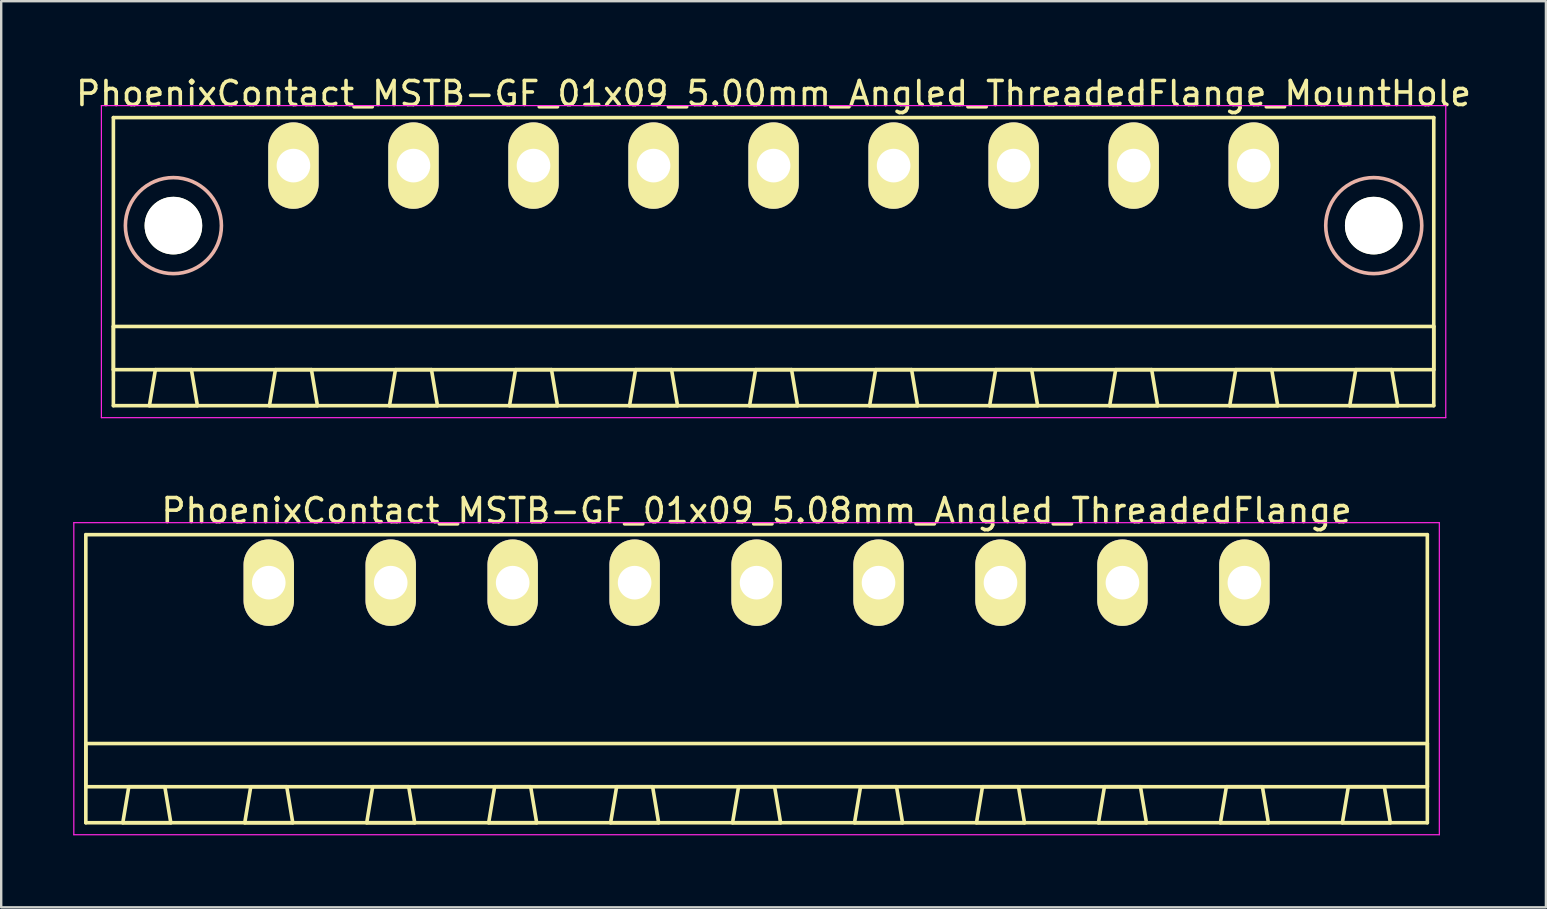
<source format=kicad_pcb>
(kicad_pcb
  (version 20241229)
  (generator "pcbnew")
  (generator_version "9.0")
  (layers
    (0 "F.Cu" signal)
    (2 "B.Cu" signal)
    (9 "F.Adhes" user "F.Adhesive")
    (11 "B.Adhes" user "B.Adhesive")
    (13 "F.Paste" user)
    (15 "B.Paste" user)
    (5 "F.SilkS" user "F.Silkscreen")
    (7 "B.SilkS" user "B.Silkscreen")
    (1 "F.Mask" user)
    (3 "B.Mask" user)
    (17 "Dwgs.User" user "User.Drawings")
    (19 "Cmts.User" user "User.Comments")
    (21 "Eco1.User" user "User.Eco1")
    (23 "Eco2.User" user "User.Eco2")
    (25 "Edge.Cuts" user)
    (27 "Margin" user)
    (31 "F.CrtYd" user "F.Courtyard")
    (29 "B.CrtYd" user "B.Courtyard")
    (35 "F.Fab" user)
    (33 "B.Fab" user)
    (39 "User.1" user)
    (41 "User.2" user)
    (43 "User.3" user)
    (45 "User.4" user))
  (footprint "PhoenixContact_MSTB-GF_01x09_5.08mm_Angled_ThreadedFlange"
    (layer "F.Cu")
    (at 8.145 21.221)
    (property "Reference" "PhoenixContact_MSTB-GF_01x09_5.08mm_Angled_ThreadedFlange" (at 20.32 -3 0) (layer "F.SilkS") (effects (font (size 1 1) (thickness 0.15))))
    (attr through_hole)
    (fp_line (start -7.62 -2) (end -7.62 10) (stroke (width 0.15) (type solid)) (layer "F.SilkS"))
    (fp_line (start -7.62 6.7) (end 48.26 6.7) (stroke (width 0.15) (type solid)) (layer "F.SilkS"))
    (fp_line (start -7.62 8.5) (end -7.62 6.7) (stroke (width 0.15) (type solid)) (layer "F.SilkS"))
    (fp_line (start -7.62 10) (end 48.26 10) (stroke (width 0.15) (type solid)) (layer "F.SilkS"))
    (fp_line (start -6.08 10) (end -4.08 10) (stroke (width 0.15) (type solid)) (layer "F.SilkS"))
    (fp_line (start -5.83 8.5) (end -6.08 10) (stroke (width 0.15) (type solid)) (layer "F.SilkS"))
    (fp_line (start -4.33 8.5) (end -5.83 8.5) (stroke (width 0.15) (type solid)) (layer "F.SilkS"))
    (fp_line (start -4.08 10) (end -4.33 8.5) (stroke (width 0.15) (type solid)) (layer "F.SilkS"))
    (fp_line (start -1 10) (end 1 10) (stroke (width 0.15) (type solid)) (layer "F.SilkS"))
    (fp_line (start -0.75 8.5) (end -1 10) (stroke (width 0.15) (type solid)) (layer "F.SilkS"))
    (fp_line (start 0.75 8.5) (end -0.75 8.5) (stroke (width 0.15) (type solid)) (layer "F.SilkS"))
    (fp_line (start 1 10) (end 0.75 8.5) (stroke (width 0.15) (type solid)) (layer "F.SilkS"))
    (fp_line (start 4.08 10) (end 6.08 10) (stroke (width 0.15) (type solid)) (layer "F.SilkS"))
    (fp_line (start 4.33 8.5) (end 4.08 10) (stroke (width 0.15) (type solid)) (layer "F.SilkS"))
    (fp_line (start 5.83 8.5) (end 4.33 8.5) (stroke (width 0.15) (type solid)) (layer "F.SilkS"))
    (fp_line (start 6.08 10) (end 5.83 8.5) (stroke (width 0.15) (type solid)) (layer "F.SilkS"))
    (fp_line (start 9.16 10) (end 11.16 10) (stroke (width 0.15) (type solid)) (layer "F.SilkS"))
    (fp_line (start 9.41 8.5) (end 9.16 10) (stroke (width 0.15) (type solid)) (layer "F.SilkS"))
    (fp_line (start 10.91 8.5) (end 9.41 8.5) (stroke (width 0.15) (type solid)) (layer "F.SilkS"))
    (fp_line (start 11.16 10) (end 10.91 8.5) (stroke (width 0.15) (type solid)) (layer "F.SilkS"))
    (fp_line (start 14.24 10) (end 16.24 10) (stroke (width 0.15) (type solid)) (layer "F.SilkS"))
    (fp_line (start 14.49 8.5) (end 14.24 10) (stroke (width 0.15) (type solid)) (layer "F.SilkS"))
    (fp_line (start 15.99 8.5) (end 14.49 8.5) (stroke (width 0.15) (type solid)) (layer "F.SilkS"))
    (fp_line (start 16.24 10) (end 15.99 8.5) (stroke (width 0.15) (type solid)) (layer "F.SilkS"))
    (fp_line (start 19.32 10) (end 21.32 10) (stroke (width 0.15) (type solid)) (layer "F.SilkS"))
    (fp_line (start 19.57 8.5) (end 19.32 10) (stroke (width 0.15) (type solid)) (layer "F.SilkS"))
    (fp_line (start 21.07 8.5) (end 19.57 8.5) (stroke (width 0.15) (type solid)) (layer "F.SilkS"))
    (fp_line (start 21.32 10) (end 21.07 8.5) (stroke (width 0.15) (type solid)) (layer "F.SilkS"))
    (fp_line (start 24.4 10) (end 26.4 10) (stroke (width 0.15) (type solid)) (layer "F.SilkS"))
    (fp_line (start 24.65 8.5) (end 24.4 10) (stroke (width 0.15) (type solid)) (layer "F.SilkS"))
    (fp_line (start 26.15 8.5) (end 24.65 8.5) (stroke (width 0.15) (type solid)) (layer "F.SilkS"))
    (fp_line (start 26.4 10) (end 26.15 8.5) (stroke (width 0.15) (type solid)) (layer "F.SilkS"))
    (fp_line (start 29.48 10) (end 31.48 10) (stroke (width 0.15) (type solid)) (layer "F.SilkS"))
    (fp_line (start 29.73 8.5) (end 29.48 10) (stroke (width 0.15) (type solid)) (layer "F.SilkS"))
    (fp_line (start 31.23 8.5) (end 29.73 8.5) (stroke (width 0.15) (type solid)) (layer "F.SilkS"))
    (fp_line (start 31.48 10) (end 31.23 8.5) (stroke (width 0.15) (type solid)) (layer "F.SilkS"))
    (fp_line (start 34.56 10) (end 36.56 10) (stroke (width 0.15) (type solid)) (layer "F.SilkS"))
    (fp_line (start 34.81 8.5) (end 34.56 10) (stroke (width 0.15) (type solid)) (layer "F.SilkS"))
    (fp_line (start 36.31 8.5) (end 34.81 8.5) (stroke (width 0.15) (type solid)) (layer "F.SilkS"))
    (fp_line (start 36.56 10) (end 36.31 8.5) (stroke (width 0.15) (type solid)) (layer "F.SilkS"))
    (fp_line (start 39.64 10) (end 41.64 10) (stroke (width 0.15) (type solid)) (layer "F.SilkS"))
    (fp_line (start 39.89 8.5) (end 39.64 10) (stroke (width 0.15) (type solid)) (layer "F.SilkS"))
    (fp_line (start 41.39 8.5) (end 39.89 8.5) (stroke (width 0.15) (type solid)) (layer "F.SilkS"))
    (fp_line (start 41.64 10) (end 41.39 8.5) (stroke (width 0.15) (type solid)) (layer "F.SilkS"))
    (fp_line (start 44.72 10) (end 46.72 10) (stroke (width 0.15) (type solid)) (layer "F.SilkS"))
    (fp_line (start 44.97 8.5) (end 44.72 10) (stroke (width 0.15) (type solid)) (layer "F.SilkS"))
    (fp_line (start 46.47 8.5) (end 44.97 8.5) (stroke (width 0.15) (type solid)) (layer "F.SilkS"))
    (fp_line (start 46.72 10) (end 46.47 8.5) (stroke (width 0.15) (type solid)) (layer "F.SilkS"))
    (fp_line (start 48.26 -2) (end -7.62 -2) (stroke (width 0.15) (type solid)) (layer "F.SilkS"))
    (fp_line (start 48.26 6.7) (end 48.26 8.5) (stroke (width 0.15) (type solid)) (layer "F.SilkS"))
    (fp_line (start 48.26 8.5) (end -7.62 8.5) (stroke (width 0.15) (type solid)) (layer "F.SilkS"))
    (fp_line (start 48.26 10) (end 48.26 -2) (stroke (width 0.15) (type solid)) (layer "F.SilkS"))
    (fp_line (start -8.12 -2.5) (end -8.12 10.5) (stroke (width 0.05) (type solid)) (layer "F.CrtYd"))
    (fp_line (start -8.12 10.5) (end 48.76 10.5) (stroke (width 0.05) (type solid)) (layer "F.CrtYd"))
    (fp_line (start 48.76 -2.5) (end -8.12 -2.5) (stroke (width 0.05) (type solid)) (layer "F.CrtYd"))
    (fp_line (start 48.76 10.5) (end 48.76 -2.5) (stroke (width 0.05) (type solid)) (layer "F.CrtYd"))
    (pad "1" thru_hole oval (at 0 0) (size 2.1 3.6) (drill 1.4) (layers "*.Cu" "*.Mask" "F.SilkS"))
    (pad "2" thru_hole oval (at 5.08 0) (size 2.1 3.6) (drill 1.4) (layers "*.Cu" "*.Mask" "F.SilkS"))
    (pad "3" thru_hole oval (at 10.16 0) (size 2.1 3.6) (drill 1.4) (layers "*.Cu" "*.Mask" "F.SilkS"))
    (pad "4" thru_hole oval (at 15.24 0) (size 2.1 3.6) (drill 1.4) (layers "*.Cu" "*.Mask" "F.SilkS"))
    (pad "5" thru_hole oval (at 20.32 0) (size 2.1 3.6) (drill 1.4) (layers "*.Cu" "*.Mask" "F.SilkS"))
    (pad "6" thru_hole oval (at 25.4 0) (size 2.1 3.6) (drill 1.4) (layers "*.Cu" "*.Mask" "F.SilkS"))
    (pad "7" thru_hole oval (at 30.48 0) (size 2.1 3.6) (drill 1.4) (layers "*.Cu" "*.Mask" "F.SilkS"))
    (pad "8" thru_hole oval (at 35.56 0) (size 2.1 3.6) (drill 1.4) (layers "*.Cu" "*.Mask" "F.SilkS"))
    (pad "9" thru_hole oval (at 40.64 0) (size 2.1 3.6) (drill 1.4) (layers "*.Cu" "*.Mask" "F.SilkS")))
  (footprint "PhoenixContact_MSTB-GF_01x09_5.00mm_Angled_ThreadedFlange_MountHole"
    (layer "F.Cu")
    (at 9.173 3.848)
    (property "Reference" "PhoenixContact_MSTB-GF_01x09_5.00mm_Angled_ThreadedFlange_MountHole" (at 20 -3 0) (layer "F.SilkS") (effects (font (size 1 1) (thickness 0.15))))
    (attr through_hole)
    (fp_line (start -7.5 -2) (end -7.5 10) (stroke (width 0.15) (type solid)) (layer "F.SilkS"))
    (fp_line (start -7.5 6.7) (end 47.5 6.7) (stroke (width 0.15) (type solid)) (layer "F.SilkS"))
    (fp_line (start -7.5 8.5) (end -7.5 6.7) (stroke (width 0.15) (type solid)) (layer "F.SilkS"))
    (fp_line (start -7.5 10) (end 47.5 10) (stroke (width 0.15) (type solid)) (layer "F.SilkS"))
    (fp_line (start -6 10) (end -4 10) (stroke (width 0.15) (type solid)) (layer "F.SilkS"))
    (fp_line (start -5.75 8.5) (end -6 10) (stroke (width 0.15) (type solid)) (layer "F.SilkS"))
    (fp_line (start -4.25 8.5) (end -5.75 8.5) (stroke (width 0.15) (type solid)) (layer "F.SilkS"))
    (fp_line (start -4 10) (end -4.25 8.5) (stroke (width 0.15) (type solid)) (layer "F.SilkS"))
    (fp_line (start -1 10) (end 1 10) (stroke (width 0.15) (type solid)) (layer "F.SilkS"))
    (fp_line (start -0.75 8.5) (end -1 10) (stroke (width 0.15) (type solid)) (layer "F.SilkS"))
    (fp_line (start 0.75 8.5) (end -0.75 8.5) (stroke (width 0.15) (type solid)) (layer "F.SilkS"))
    (fp_line (start 1 10) (end 0.75 8.5) (stroke (width 0.15) (type solid)) (layer "F.SilkS"))
    (fp_line (start 4 10) (end 6 10) (stroke (width 0.15) (type solid)) (layer "F.SilkS"))
    (fp_line (start 4.25 8.5) (end 4 10) (stroke (width 0.15) (type solid)) (layer "F.SilkS"))
    (fp_line (start 5.75 8.5) (end 4.25 8.5) (stroke (width 0.15) (type solid)) (layer "F.SilkS"))
    (fp_line (start 6 10) (end 5.75 8.5) (stroke (width 0.15) (type solid)) (layer "F.SilkS"))
    (fp_line (start 9 10) (end 11 10) (stroke (width 0.15) (type solid)) (layer "F.SilkS"))
    (fp_line (start 9.25 8.5) (end 9 10) (stroke (width 0.15) (type solid)) (layer "F.SilkS"))
    (fp_line (start 10.75 8.5) (end 9.25 8.5) (stroke (width 0.15) (type solid)) (layer "F.SilkS"))
    (fp_line (start 11 10) (end 10.75 8.5) (stroke (width 0.15) (type solid)) (layer "F.SilkS"))
    (fp_line (start 14 10) (end 16 10) (stroke (width 0.15) (type solid)) (layer "F.SilkS"))
    (fp_line (start 14.25 8.5) (end 14 10) (stroke (width 0.15) (type solid)) (layer "F.SilkS"))
    (fp_line (start 15.75 8.5) (end 14.25 8.5) (stroke (width 0.15) (type solid)) (layer "F.SilkS"))
    (fp_line (start 16 10) (end 15.75 8.5) (stroke (width 0.15) (type solid)) (layer "F.SilkS"))
    (fp_line (start 19 10) (end 21 10) (stroke (width 0.15) (type solid)) (layer "F.SilkS"))
    (fp_line (start 19.25 8.5) (end 19 10) (stroke (width 0.15) (type solid)) (layer "F.SilkS"))
    (fp_line (start 20.75 8.5) (end 19.25 8.5) (stroke (width 0.15) (type solid)) (layer "F.SilkS"))
    (fp_line (start 21 10) (end 20.75 8.5) (stroke (width 0.15) (type solid)) (layer "F.SilkS"))
    (fp_line (start 24 10) (end 26 10) (stroke (width 0.15) (type solid)) (layer "F.SilkS"))
    (fp_line (start 24.25 8.5) (end 24 10) (stroke (width 0.15) (type solid)) (layer "F.SilkS"))
    (fp_line (start 25.75 8.5) (end 24.25 8.5) (stroke (width 0.15) (type solid)) (layer "F.SilkS"))
    (fp_line (start 26 10) (end 25.75 8.5) (stroke (width 0.15) (type solid)) (layer "F.SilkS"))
    (fp_line (start 29 10) (end 31 10) (stroke (width 0.15) (type solid)) (layer "F.SilkS"))
    (fp_line (start 29.25 8.5) (end 29 10) (stroke (width 0.15) (type solid)) (layer "F.SilkS"))
    (fp_line (start 30.75 8.5) (end 29.25 8.5) (stroke (width 0.15) (type solid)) (layer "F.SilkS"))
    (fp_line (start 31 10) (end 30.75 8.5) (stroke (width 0.15) (type solid)) (layer "F.SilkS"))
    (fp_line (start 34 10) (end 36 10) (stroke (width 0.15) (type solid)) (layer "F.SilkS"))
    (fp_line (start 34.25 8.5) (end 34 10) (stroke (width 0.15) (type solid)) (layer "F.SilkS"))
    (fp_line (start 35.75 8.5) (end 34.25 8.5) (stroke (width 0.15) (type solid)) (layer "F.SilkS"))
    (fp_line (start 36 10) (end 35.75 8.5) (stroke (width 0.15) (type solid)) (layer "F.SilkS"))
    (fp_line (start 39 10) (end 41 10) (stroke (width 0.15) (type solid)) (layer "F.SilkS"))
    (fp_line (start 39.25 8.5) (end 39 10) (stroke (width 0.15) (type solid)) (layer "F.SilkS"))
    (fp_line (start 40.75 8.5) (end 39.25 8.5) (stroke (width 0.15) (type solid)) (layer "F.SilkS"))
    (fp_line (start 41 10) (end 40.75 8.5) (stroke (width 0.15) (type solid)) (layer "F.SilkS"))
    (fp_line (start 44 10) (end 46 10) (stroke (width 0.15) (type solid)) (layer "F.SilkS"))
    (fp_line (start 44.25 8.5) (end 44 10) (stroke (width 0.15) (type solid)) (layer "F.SilkS"))
    (fp_line (start 45.75 8.5) (end 44.25 8.5) (stroke (width 0.15) (type solid)) (layer "F.SilkS"))
    (fp_line (start 46 10) (end 45.75 8.5) (stroke (width 0.15) (type solid)) (layer "F.SilkS"))
    (fp_line (start 47.5 -2) (end -7.5 -2) (stroke (width 0.15) (type solid)) (layer "F.SilkS"))
    (fp_line (start 47.5 6.7) (end 47.5 8.5) (stroke (width 0.15) (type solid)) (layer "F.SilkS"))
    (fp_line (start 47.5 8.5) (end -7.5 8.5) (stroke (width 0.15) (type solid)) (layer "F.SilkS"))
    (fp_line (start 47.5 10) (end 47.5 -2) (stroke (width 0.15) (type solid)) (layer "F.SilkS"))
    (fp_circle (center -5 2.5) (end -3 2.5) (stroke (width 0.15) (type solid)) (fill no) (layer "B.SilkS"))
    (fp_circle (center 45 2.5) (end 47 2.5) (stroke (width 0.15) (type solid)) (fill no) (layer "B.SilkS"))
    (fp_line (start -8 -2.5) (end -8 10.5) (stroke (width 0.05) (type solid)) (layer "F.CrtYd"))
    (fp_line (start -8 10.5) (end 48 10.5) (stroke (width 0.05) (type solid)) (layer "F.CrtYd"))
    (fp_line (start 48 -2.5) (end -8 -2.5) (stroke (width 0.05) (type solid)) (layer "F.CrtYd"))
    (fp_line (start 48 10.5) (end 48 -2.5) (stroke (width 0.05) (type solid)) (layer "F.CrtYd"))
    (pad "" np_thru_hole circle (at -5 2.5) (size 2.4 2.4) (drill 2.4) (layers "*.Cu" "*.Mask" "F.SilkS"))
    (pad "" np_thru_hole circle (at 45 2.5) (size 2.4 2.4) (drill 2.4) (layers "*.Cu" "*.Mask" "F.SilkS"))
    (pad "1" thru_hole oval (at 0 0) (size 2.1 3.6) (drill 1.4) (layers "*.Cu" "*.Mask" "F.SilkS"))
    (pad "2" thru_hole oval (at 5 0) (size 2.1 3.6) (drill 1.4) (layers "*.Cu" "*.Mask" "F.SilkS"))
    (pad "3" thru_hole oval (at 10 0) (size 2.1 3.6) (drill 1.4) (layers "*.Cu" "*.Mask" "F.SilkS"))
    (pad "4" thru_hole oval (at 15 0) (size 2.1 3.6) (drill 1.4) (layers "*.Cu" "*.Mask" "F.SilkS"))
    (pad "5" thru_hole oval (at 20 0) (size 2.1 3.6) (drill 1.4) (layers "*.Cu" "*.Mask" "F.SilkS"))
    (pad "6" thru_hole oval (at 25 0) (size 2.1 3.6) (drill 1.4) (layers "*.Cu" "*.Mask" "F.SilkS"))
    (pad "7" thru_hole oval (at 30 0) (size 2.1 3.6) (drill 1.4) (layers "*.Cu" "*.Mask" "F.SilkS"))
    (pad "8" thru_hole oval (at 35 0) (size 2.1 3.6) (drill 1.4) (layers "*.Cu" "*.Mask" "F.SilkS"))
    (pad "9" thru_hole oval (at 40 0) (size 2.1 3.6) (drill 1.4) (layers "*.Cu" "*.Mask" "F.SilkS")))
  (gr_rect
    (start -3 -3)
    (end 61.345 34.746)
    (stroke (width 0.1) (type default))
    (fill no)
    (layer "Edge.Cuts")))
</source>
